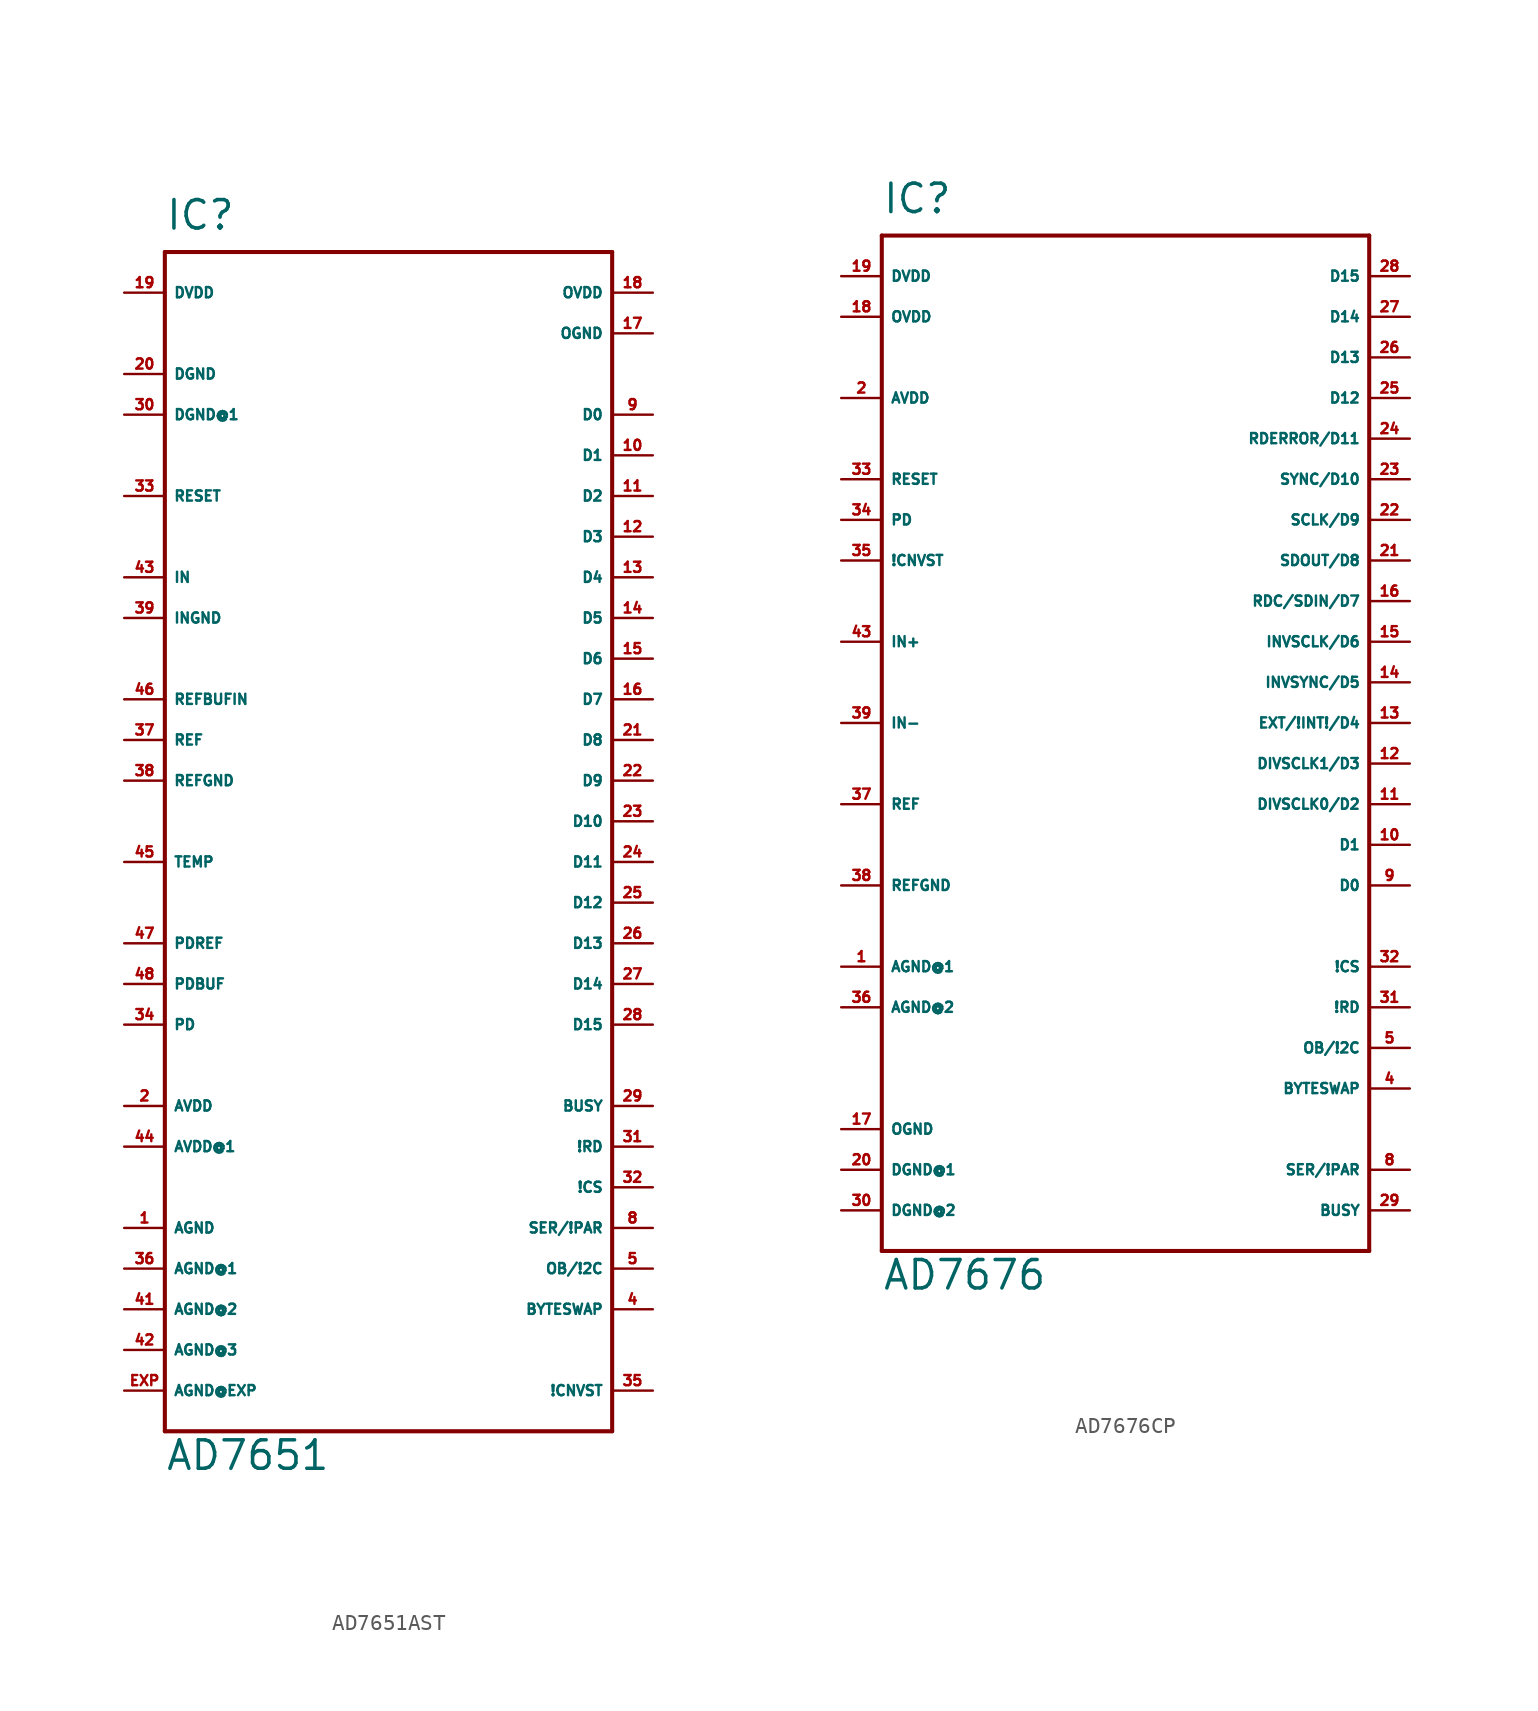
<source format=kicad_sym>
(kicad_symbol_lib
  (version 20220914)
  (generator Eagle2Kicad)
  (symbol "AD7651AST"
    (property "Reference" "IC"
      (at -15.24 34.29 0)
      (effects (font (size 1.778 1.778) (thickness 0.22)) (justify left bottom)))
    (property "Value" "AD7651"
      (at -15.24 -43.18 0)
      (effects (font (size 1.778 1.778) (thickness 0.22)) (justify left bottom)))
    (polyline
      (pts (xy -15.24 33.02) (xy 12.7 33.02))
      (stroke (width 0.254) (type default))
      (fill (type none)))
    (polyline
      (pts (xy 12.7 33.02) (xy 12.7 -40.64))
      (stroke (width 0.254) (type default))
      (fill (type none)))
    (polyline
      (pts (xy 12.7 -40.64) (xy -15.24 -40.64))
      (stroke (width 0.254) (type default))
      (fill (type none)))
    (polyline
      (pts (xy -15.24 -40.64) (xy -15.24 33.02))
      (stroke (width 0.254) (type default))
      (fill (type none)))
    (pin input line
      (at -17.78 -27.94 0)
      (length 2.54)
      (name "AGND" (effects (font (size 0.635 0.635) (thickness 0.08)) (justify left bottom)))
      (number "1" (effects (font (size 0.635 0.635) (thickness 0.08)) (justify left bottom))))
    (pin input line
      (at -17.78 -20.32 0)
      (length 2.54)
      (name "AVDD" (effects (font (size 0.635 0.635) (thickness 0.08)) (justify left bottom)))
      (number "2" (effects (font (size 0.635 0.635) (thickness 0.08)) (justify left bottom))))
    (pin input line
      (at -17.78 12.7 0)
      (length 2.54)
      (name "IN" (effects (font (size 0.635 0.635) (thickness 0.08)) (justify left bottom)))
      (number "43" (effects (font (size 0.635 0.635) (thickness 0.08)) (justify left bottom))))
    (pin input line
      (at -17.78 10.16 0)
      (length 2.54)
      (name "INGND" (effects (font (size 0.635 0.635) (thickness 0.08)) (justify left bottom)))
      (number "39" (effects (font (size 0.635 0.635) (thickness 0.08)) (justify left bottom))))
    (pin input line
      (at -17.78 -10.16 0)
      (length 2.54)
      (name "PDREF" (effects (font (size 0.635 0.635) (thickness 0.08)) (justify left bottom)))
      (number "47" (effects (font (size 0.635 0.635) (thickness 0.08)) (justify left bottom))))
    (pin input line
      (at -17.78 -12.7 0)
      (length 2.54)
      (name "PDBUF" (effects (font (size 0.635 0.635) (thickness 0.08)) (justify left bottom)))
      (number "48" (effects (font (size 0.635 0.635) (thickness 0.08)) (justify left bottom))))
    (pin input line
      (at -17.78 -15.24 0)
      (length 2.54)
      (name "PD" (effects (font (size 0.635 0.635) (thickness 0.08)) (justify left bottom)))
      (number "34" (effects (font (size 0.635 0.635) (thickness 0.08)) (justify left bottom))))
    (pin input line
      (at -17.78 17.78 0)
      (length 2.54)
      (name "RESET" (effects (font (size 0.635 0.635) (thickness 0.08)) (justify left bottom)))
      (number "33" (effects (font (size 0.635 0.635) (thickness 0.08)) (justify left bottom))))
    (pin input line
      (at 15.24 30.48 180)
      (length 2.54)
      (name "OVDD" (effects (font (size 0.635 0.635) (thickness 0.08)) (justify left bottom)))
      (number "18" (effects (font (size 0.635 0.635) (thickness 0.08)) (justify left bottom))))
    (pin input line
      (at 15.24 27.94 180)
      (length 2.54)
      (name "OGND" (effects (font (size 0.635 0.635) (thickness 0.08)) (justify left bottom)))
      (number "17" (effects (font (size 0.635 0.635) (thickness 0.08)) (justify left bottom))))
    (pin input line
      (at -17.78 30.48 0)
      (length 2.54)
      (name "DVDD" (effects (font (size 0.635 0.635) (thickness 0.08)) (justify left bottom)))
      (number "19" (effects (font (size 0.635 0.635) (thickness 0.08)) (justify left bottom))))
    (pin input line
      (at -17.78 25.4 0)
      (length 2.54)
      (name "DGND" (effects (font (size 0.635 0.635) (thickness 0.08)) (justify left bottom)))
      (number "20" (effects (font (size 0.635 0.635) (thickness 0.08)) (justify left bottom))))
    (pin input line
      (at 15.24 -22.86 180)
      (length 2.54)
      (name "!RD" (effects (font (size 0.635 0.635) (thickness 0.08)) (justify left bottom)))
      (number "31" (effects (font (size 0.635 0.635) (thickness 0.08)) (justify left bottom))))
    (pin input line
      (at 15.24 -25.4 180)
      (length 2.54)
      (name "!CS" (effects (font (size 0.635 0.635) (thickness 0.08)) (justify left bottom)))
      (number "32" (effects (font (size 0.635 0.635) (thickness 0.08)) (justify left bottom))))
    (pin input line
      (at 15.24 -20.32 180)
      (length 2.54)
      (name "BUSY" (effects (font (size 0.635 0.635) (thickness 0.08)) (justify left bottom)))
      (number "29" (effects (font (size 0.635 0.635) (thickness 0.08)) (justify left bottom))))
    (pin input line
      (at 15.24 22.86 180)
      (length 2.54)
      (name "D0" (effects (font (size 0.635 0.635) (thickness 0.08)) (justify left bottom)))
      (number "9" (effects (font (size 0.635 0.635) (thickness 0.08)) (justify left bottom))))
    (pin input line
      (at 15.24 20.32 180)
      (length 2.54)
      (name "D1" (effects (font (size 0.635 0.635) (thickness 0.08)) (justify left bottom)))
      (number "10" (effects (font (size 0.635 0.635) (thickness 0.08)) (justify left bottom))))
    (pin input line
      (at 15.24 17.78 180)
      (length 2.54)
      (name "D2" (effects (font (size 0.635 0.635) (thickness 0.08)) (justify left bottom)))
      (number "11" (effects (font (size 0.635 0.635) (thickness 0.08)) (justify left bottom))))
    (pin input line
      (at 15.24 15.24 180)
      (length 2.54)
      (name "D3" (effects (font (size 0.635 0.635) (thickness 0.08)) (justify left bottom)))
      (number "12" (effects (font (size 0.635 0.635) (thickness 0.08)) (justify left bottom))))
    (pin input line
      (at 15.24 12.7 180)
      (length 2.54)
      (name "D4" (effects (font (size 0.635 0.635) (thickness 0.08)) (justify left bottom)))
      (number "13" (effects (font (size 0.635 0.635) (thickness 0.08)) (justify left bottom))))
    (pin input line
      (at 15.24 10.16 180)
      (length 2.54)
      (name "D5" (effects (font (size 0.635 0.635) (thickness 0.08)) (justify left bottom)))
      (number "14" (effects (font (size 0.635 0.635) (thickness 0.08)) (justify left bottom))))
    (pin input line
      (at 15.24 7.62 180)
      (length 2.54)
      (name "D6" (effects (font (size 0.635 0.635) (thickness 0.08)) (justify left bottom)))
      (number "15" (effects (font (size 0.635 0.635) (thickness 0.08)) (justify left bottom))))
    (pin input line
      (at 15.24 5.08 180)
      (length 2.54)
      (name "D7" (effects (font (size 0.635 0.635) (thickness 0.08)) (justify left bottom)))
      (number "16" (effects (font (size 0.635 0.635) (thickness 0.08)) (justify left bottom))))
    (pin input line
      (at 15.24 2.54 180)
      (length 2.54)
      (name "D8" (effects (font (size 0.635 0.635) (thickness 0.08)) (justify left bottom)))
      (number "21" (effects (font (size 0.635 0.635) (thickness 0.08)) (justify left bottom))))
    (pin input line
      (at 15.24 0 180)
      (length 2.54)
      (name "D9" (effects (font (size 0.635 0.635) (thickness 0.08)) (justify left bottom)))
      (number "22" (effects (font (size 0.635 0.635) (thickness 0.08)) (justify left bottom))))
    (pin input line
      (at 15.24 -2.54 180)
      (length 2.54)
      (name "D10" (effects (font (size 0.635 0.635) (thickness 0.08)) (justify left bottom)))
      (number "23" (effects (font (size 0.635 0.635) (thickness 0.08)) (justify left bottom))))
    (pin input line
      (at 15.24 -5.08 180)
      (length 2.54)
      (name "D11" (effects (font (size 0.635 0.635) (thickness 0.08)) (justify left bottom)))
      (number "24" (effects (font (size 0.635 0.635) (thickness 0.08)) (justify left bottom))))
    (pin input line
      (at 15.24 -7.62 180)
      (length 2.54)
      (name "D12" (effects (font (size 0.635 0.635) (thickness 0.08)) (justify left bottom)))
      (number "25" (effects (font (size 0.635 0.635) (thickness 0.08)) (justify left bottom))))
    (pin input line
      (at 15.24 -10.16 180)
      (length 2.54)
      (name "D13" (effects (font (size 0.635 0.635) (thickness 0.08)) (justify left bottom)))
      (number "26" (effects (font (size 0.635 0.635) (thickness 0.08)) (justify left bottom))))
    (pin input line
      (at 15.24 -12.7 180)
      (length 2.54)
      (name "D14" (effects (font (size 0.635 0.635) (thickness 0.08)) (justify left bottom)))
      (number "27" (effects (font (size 0.635 0.635) (thickness 0.08)) (justify left bottom))))
    (pin input line
      (at 15.24 -15.24 180)
      (length 2.54)
      (name "D15" (effects (font (size 0.635 0.635) (thickness 0.08)) (justify left bottom)))
      (number "28" (effects (font (size 0.635 0.635) (thickness 0.08)) (justify left bottom))))
    (pin input line
      (at 15.24 -30.48 180)
      (length 2.54)
      (name "OB/!2C" (effects (font (size 0.635 0.635) (thickness 0.08)) (justify left bottom)))
      (number "5" (effects (font (size 0.635 0.635) (thickness 0.08)) (justify left bottom))))
    (pin input line
      (at 15.24 -33.02 180)
      (length 2.54)
      (name "BYTESWAP" (effects (font (size 0.635 0.635) (thickness 0.08)) (justify left bottom)))
      (number "4" (effects (font (size 0.635 0.635) (thickness 0.08)) (justify left bottom))))
    (pin input line
      (at 15.24 -38.1 180)
      (length 2.54)
      (name "!CNVST" (effects (font (size 0.635 0.635) (thickness 0.08)) (justify left bottom)))
      (number "35" (effects (font (size 0.635 0.635) (thickness 0.08)) (justify left bottom))))
    (pin input line
      (at -17.78 5.08 0)
      (length 2.54)
      (name "REFBUFIN" (effects (font (size 0.635 0.635) (thickness 0.08)) (justify left bottom)))
      (number "46" (effects (font (size 0.635 0.635) (thickness 0.08)) (justify left bottom))))
    (pin input line
      (at -17.78 2.54 0)
      (length 2.54)
      (name "REF" (effects (font (size 0.635 0.635) (thickness 0.08)) (justify left bottom)))
      (number "37" (effects (font (size 0.635 0.635) (thickness 0.08)) (justify left bottom))))
    (pin input line
      (at -17.78 0 0)
      (length 2.54)
      (name "REFGND" (effects (font (size 0.635 0.635) (thickness 0.08)) (justify left bottom)))
      (number "38" (effects (font (size 0.635 0.635) (thickness 0.08)) (justify left bottom))))
    (pin input line
      (at 15.24 -27.94 180)
      (length 2.54)
      (name "SER/!PAR" (effects (font (size 0.635 0.635) (thickness 0.08)) (justify left bottom)))
      (number "8" (effects (font (size 0.635 0.635) (thickness 0.08)) (justify left bottom))))
    (pin input line
      (at -17.78 -38.1 0)
      (length 2.54)
      (name "AGND@EXP" (effects (font (size 0.635 0.635) (thickness 0.08)) (justify left bottom)))
      (number "EXP" (effects (font (size 0.635 0.635) (thickness 0.08)) (justify left bottom))))
    (pin input line
      (at -17.78 -30.48 0)
      (length 2.54)
      (name "AGND@1" (effects (font (size 0.635 0.635) (thickness 0.08)) (justify left bottom)))
      (number "36" (effects (font (size 0.635 0.635) (thickness 0.08)) (justify left bottom))))
    (pin input line
      (at -17.78 -33.02 0)
      (length 2.54)
      (name "AGND@2" (effects (font (size 0.635 0.635) (thickness 0.08)) (justify left bottom)))
      (number "41" (effects (font (size 0.635 0.635) (thickness 0.08)) (justify left bottom))))
    (pin input line
      (at -17.78 -35.56 0)
      (length 2.54)
      (name "AGND@3" (effects (font (size 0.635 0.635) (thickness 0.08)) (justify left bottom)))
      (number "42" (effects (font (size 0.635 0.635) (thickness 0.08)) (justify left bottom))))
    (pin input line
      (at -17.78 22.86 0)
      (length 2.54)
      (name "DGND@1" (effects (font (size 0.635 0.635) (thickness 0.08)) (justify left bottom)))
      (number "30" (effects (font (size 0.635 0.635) (thickness 0.08)) (justify left bottom))))
    (pin input line
      (at -17.78 -22.86 0)
      (length 2.54)
      (name "AVDD@1" (effects (font (size 0.635 0.635) (thickness 0.08)) (justify left bottom)))
      (number "44" (effects (font (size 0.635 0.635) (thickness 0.08)) (justify left bottom))))
    (pin input line
      (at -17.78 -5.08 0)
      (length 2.54)
      (name "TEMP" (effects (font (size 0.635 0.635) (thickness 0.08)) (justify left bottom)))
      (number "45" (effects (font (size 0.635 0.635) (thickness 0.08)) (justify left bottom)))))
  (symbol "AD7676CP"
    (property "Reference" "IC"
      (at -15.24 31.75 0)
      (effects (font (size 1.778 1.778) (thickness 0.22)) (justify left bottom)))
    (property "Value" "AD7676"
      (at -15.24 -35.56 0)
      (effects (font (size 1.778 1.778) (thickness 0.22)) (justify left bottom)))
    (polyline
      (pts (xy -15.24 30.48) (xy 15.24 30.48))
      (stroke (width 0.254) (type default))
      (fill (type none)))
    (polyline
      (pts (xy 15.24 30.48) (xy 15.24 -33.02))
      (stroke (width 0.254) (type default))
      (fill (type none)))
    (polyline
      (pts (xy 15.24 -33.02) (xy -15.24 -33.02))
      (stroke (width 0.254) (type default))
      (fill (type none)))
    (polyline
      (pts (xy -15.24 -33.02) (xy -15.24 30.48))
      (stroke (width 0.254) (type default))
      (fill (type none)))
    (pin input line
      (at -17.78 5.08 0)
      (length 2.54)
      (name "IN+" (effects (font (size 0.635 0.635) (thickness 0.08)) (justify left bottom)))
      (number "43" (effects (font (size 0.635 0.635) (thickness 0.08)) (justify left bottom))))
    (pin input line
      (at -17.78 0 0)
      (length 2.54)
      (name "IN-" (effects (font (size 0.635 0.635) (thickness 0.08)) (justify left bottom)))
      (number "39" (effects (font (size 0.635 0.635) (thickness 0.08)) (justify left bottom))))
    (pin input line
      (at -17.78 12.7 0)
      (length 2.54)
      (name "PD" (effects (font (size 0.635 0.635) (thickness 0.08)) (justify left bottom)))
      (number "34" (effects (font (size 0.635 0.635) (thickness 0.08)) (justify left bottom))))
    (pin input line
      (at -17.78 15.24 0)
      (length 2.54)
      (name "RESET" (effects (font (size 0.635 0.635) (thickness 0.08)) (justify left bottom)))
      (number "33" (effects (font (size 0.635 0.635) (thickness 0.08)) (justify left bottom))))
    (pin input line
      (at -17.78 20.32 0)
      (length 2.54)
      (name "AVDD" (effects (font (size 0.635 0.635) (thickness 0.08)) (justify left bottom)))
      (number "2" (effects (font (size 0.635 0.635) (thickness 0.08)) (justify left bottom))))
    (pin input line
      (at -17.78 -15.24 0)
      (length 2.54)
      (name "AGND@1" (effects (font (size 0.635 0.635) (thickness 0.08)) (justify left bottom)))
      (number "1" (effects (font (size 0.635 0.635) (thickness 0.08)) (justify left bottom))))
    (pin input line
      (at -17.78 -5.08 0)
      (length 2.54)
      (name "REF" (effects (font (size 0.635 0.635) (thickness 0.08)) (justify left bottom)))
      (number "37" (effects (font (size 0.635 0.635) (thickness 0.08)) (justify left bottom))))
    (pin input line
      (at -17.78 -10.16 0)
      (length 2.54)
      (name "REFGND" (effects (font (size 0.635 0.635) (thickness 0.08)) (justify left bottom)))
      (number "38" (effects (font (size 0.635 0.635) (thickness 0.08)) (justify left bottom))))
    (pin input line
      (at -17.78 27.94 0)
      (length 2.54)
      (name "DVDD" (effects (font (size 0.635 0.635) (thickness 0.08)) (justify left bottom)))
      (number "19" (effects (font (size 0.635 0.635) (thickness 0.08)) (justify left bottom))))
    (pin input line
      (at -17.78 -27.94 0)
      (length 2.54)
      (name "DGND@1" (effects (font (size 0.635 0.635) (thickness 0.08)) (justify left bottom)))
      (number "20" (effects (font (size 0.635 0.635) (thickness 0.08)) (justify left bottom))))
    (pin input line
      (at -17.78 25.4 0)
      (length 2.54)
      (name "OVDD" (effects (font (size 0.635 0.635) (thickness 0.08)) (justify left bottom)))
      (number "18" (effects (font (size 0.635 0.635) (thickness 0.08)) (justify left bottom))))
    (pin input line
      (at -17.78 -25.4 0)
      (length 2.54)
      (name "OGND" (effects (font (size 0.635 0.635) (thickness 0.08)) (justify left bottom)))
      (number "17" (effects (font (size 0.635 0.635) (thickness 0.08)) (justify left bottom))))
    (pin input line
      (at 17.78 -27.94 180)
      (length 2.54)
      (name "SER/!PAR" (effects (font (size 0.635 0.635) (thickness 0.08)) (justify left bottom)))
      (number "8" (effects (font (size 0.635 0.635) (thickness 0.08)) (justify left bottom))))
    (pin input line
      (at 17.78 -30.48 180)
      (length 2.54)
      (name "BUSY" (effects (font (size 0.635 0.635) (thickness 0.08)) (justify left bottom)))
      (number "29" (effects (font (size 0.635 0.635) (thickness 0.08)) (justify left bottom))))
    (pin output line
      (at 17.78 -10.16 180)
      (length 2.54)
      (name "D0" (effects (font (size 0.635 0.635) (thickness 0.08)) (justify left bottom)))
      (number "9" (effects (font (size 0.635 0.635) (thickness 0.08)) (justify left bottom))))
    (pin output line
      (at 17.78 -7.62 180)
      (length 2.54)
      (name "D1" (effects (font (size 0.635 0.635) (thickness 0.08)) (justify left bottom)))
      (number "10" (effects (font (size 0.635 0.635) (thickness 0.08)) (justify left bottom))))
    (pin bidirectional line
      (at 17.78 -5.08 180)
      (length 2.54)
      (name "DIVSCLK0/D2" (effects (font (size 0.635 0.635) (thickness 0.08)) (justify left bottom)))
      (number "11" (effects (font (size 0.635 0.635) (thickness 0.08)) (justify left bottom))))
    (pin bidirectional line
      (at 17.78 -2.54 180)
      (length 2.54)
      (name "DIVSCLK1/D3" (effects (font (size 0.635 0.635) (thickness 0.08)) (justify left bottom)))
      (number "12" (effects (font (size 0.635 0.635) (thickness 0.08)) (justify left bottom))))
    (pin bidirectional line
      (at 17.78 0 180)
      (length 2.54)
      (name "EXT/!INT!/D4" (effects (font (size 0.635 0.635) (thickness 0.08)) (justify left bottom)))
      (number "13" (effects (font (size 0.635 0.635) (thickness 0.08)) (justify left bottom))))
    (pin bidirectional line
      (at 17.78 2.54 180)
      (length 2.54)
      (name "INVSYNC/D5" (effects (font (size 0.635 0.635) (thickness 0.08)) (justify left bottom)))
      (number "14" (effects (font (size 0.635 0.635) (thickness 0.08)) (justify left bottom))))
    (pin bidirectional line
      (at 17.78 5.08 180)
      (length 2.54)
      (name "INVSCLK/D6" (effects (font (size 0.635 0.635) (thickness 0.08)) (justify left bottom)))
      (number "15" (effects (font (size 0.635 0.635) (thickness 0.08)) (justify left bottom))))
    (pin bidirectional line
      (at 17.78 7.62 180)
      (length 2.54)
      (name "RDC/SDIN/D7" (effects (font (size 0.635 0.635) (thickness 0.08)) (justify left bottom)))
      (number "16" (effects (font (size 0.635 0.635) (thickness 0.08)) (justify left bottom))))
    (pin output line
      (at 17.78 10.16 180)
      (length 2.54)
      (name "SDOUT/D8" (effects (font (size 0.635 0.635) (thickness 0.08)) (justify left bottom)))
      (number "21" (effects (font (size 0.635 0.635) (thickness 0.08)) (justify left bottom))))
    (pin bidirectional line
      (at 17.78 12.7 180)
      (length 2.54)
      (name "SCLK/D9" (effects (font (size 0.635 0.635) (thickness 0.08)) (justify left bottom)))
      (number "22" (effects (font (size 0.635 0.635) (thickness 0.08)) (justify left bottom))))
    (pin output line
      (at 17.78 15.24 180)
      (length 2.54)
      (name "SYNC/D10" (effects (font (size 0.635 0.635) (thickness 0.08)) (justify left bottom)))
      (number "23" (effects (font (size 0.635 0.635) (thickness 0.08)) (justify left bottom))))
    (pin output line
      (at 17.78 17.78 180)
      (length 2.54)
      (name "RDERROR/D11" (effects (font (size 0.635 0.635) (thickness 0.08)) (justify left bottom)))
      (number "24" (effects (font (size 0.635 0.635) (thickness 0.08)) (justify left bottom))))
    (pin output line
      (at 17.78 20.32 180)
      (length 2.54)
      (name "D12" (effects (font (size 0.635 0.635) (thickness 0.08)) (justify left bottom)))
      (number "25" (effects (font (size 0.635 0.635) (thickness 0.08)) (justify left bottom))))
    (pin output line
      (at 17.78 22.86 180)
      (length 2.54)
      (name "D13" (effects (font (size 0.635 0.635) (thickness 0.08)) (justify left bottom)))
      (number "26" (effects (font (size 0.635 0.635) (thickness 0.08)) (justify left bottom))))
    (pin output line
      (at 17.78 25.4 180)
      (length 2.54)
      (name "D14" (effects (font (size 0.635 0.635) (thickness 0.08)) (justify left bottom)))
      (number "27" (effects (font (size 0.635 0.635) (thickness 0.08)) (justify left bottom))))
    (pin output line
      (at 17.78 27.94 180)
      (length 2.54)
      (name "D15" (effects (font (size 0.635 0.635) (thickness 0.08)) (justify left bottom)))
      (number "28" (effects (font (size 0.635 0.635) (thickness 0.08)) (justify left bottom))))
    (pin input line
      (at 17.78 -15.24 180)
      (length 2.54)
      (name "!CS" (effects (font (size 0.635 0.635) (thickness 0.08)) (justify left bottom)))
      (number "32" (effects (font (size 0.635 0.635) (thickness 0.08)) (justify left bottom))))
    (pin input line
      (at 17.78 -17.78 180)
      (length 2.54)
      (name "!RD" (effects (font (size 0.635 0.635) (thickness 0.08)) (justify left bottom)))
      (number "31" (effects (font (size 0.635 0.635) (thickness 0.08)) (justify left bottom))))
    (pin input line
      (at 17.78 -20.32 180)
      (length 2.54)
      (name "OB/!2C" (effects (font (size 0.635 0.635) (thickness 0.08)) (justify left bottom)))
      (number "5" (effects (font (size 0.635 0.635) (thickness 0.08)) (justify left bottom))))
    (pin input line
      (at -17.78 10.16 0)
      (length 2.54)
      (name "!CNVST" (effects (font (size 0.635 0.635) (thickness 0.08)) (justify left bottom)))
      (number "35" (effects (font (size 0.635 0.635) (thickness 0.08)) (justify left bottom))))
    (pin input line
      (at 17.78 -22.86 180)
      (length 2.54)
      (name "BYTESWAP" (effects (font (size 0.635 0.635) (thickness 0.08)) (justify left bottom)))
      (number "4" (effects (font (size 0.635 0.635) (thickness 0.08)) (justify left bottom))))
    (pin input line
      (at -17.78 -17.78 0)
      (length 2.54)
      (name "AGND@2" (effects (font (size 0.635 0.635) (thickness 0.08)) (justify left bottom)))
      (number "36" (effects (font (size 0.635 0.635) (thickness 0.08)) (justify left bottom))))
    (pin input line
      (at -17.78 -30.48 0)
      (length 2.54)
      (name "DGND@2" (effects (font (size 0.635 0.635) (thickness 0.08)) (justify left bottom)))
      (number "30" (effects (font (size 0.635 0.635) (thickness 0.08)) (justify left bottom))))))
</source>
